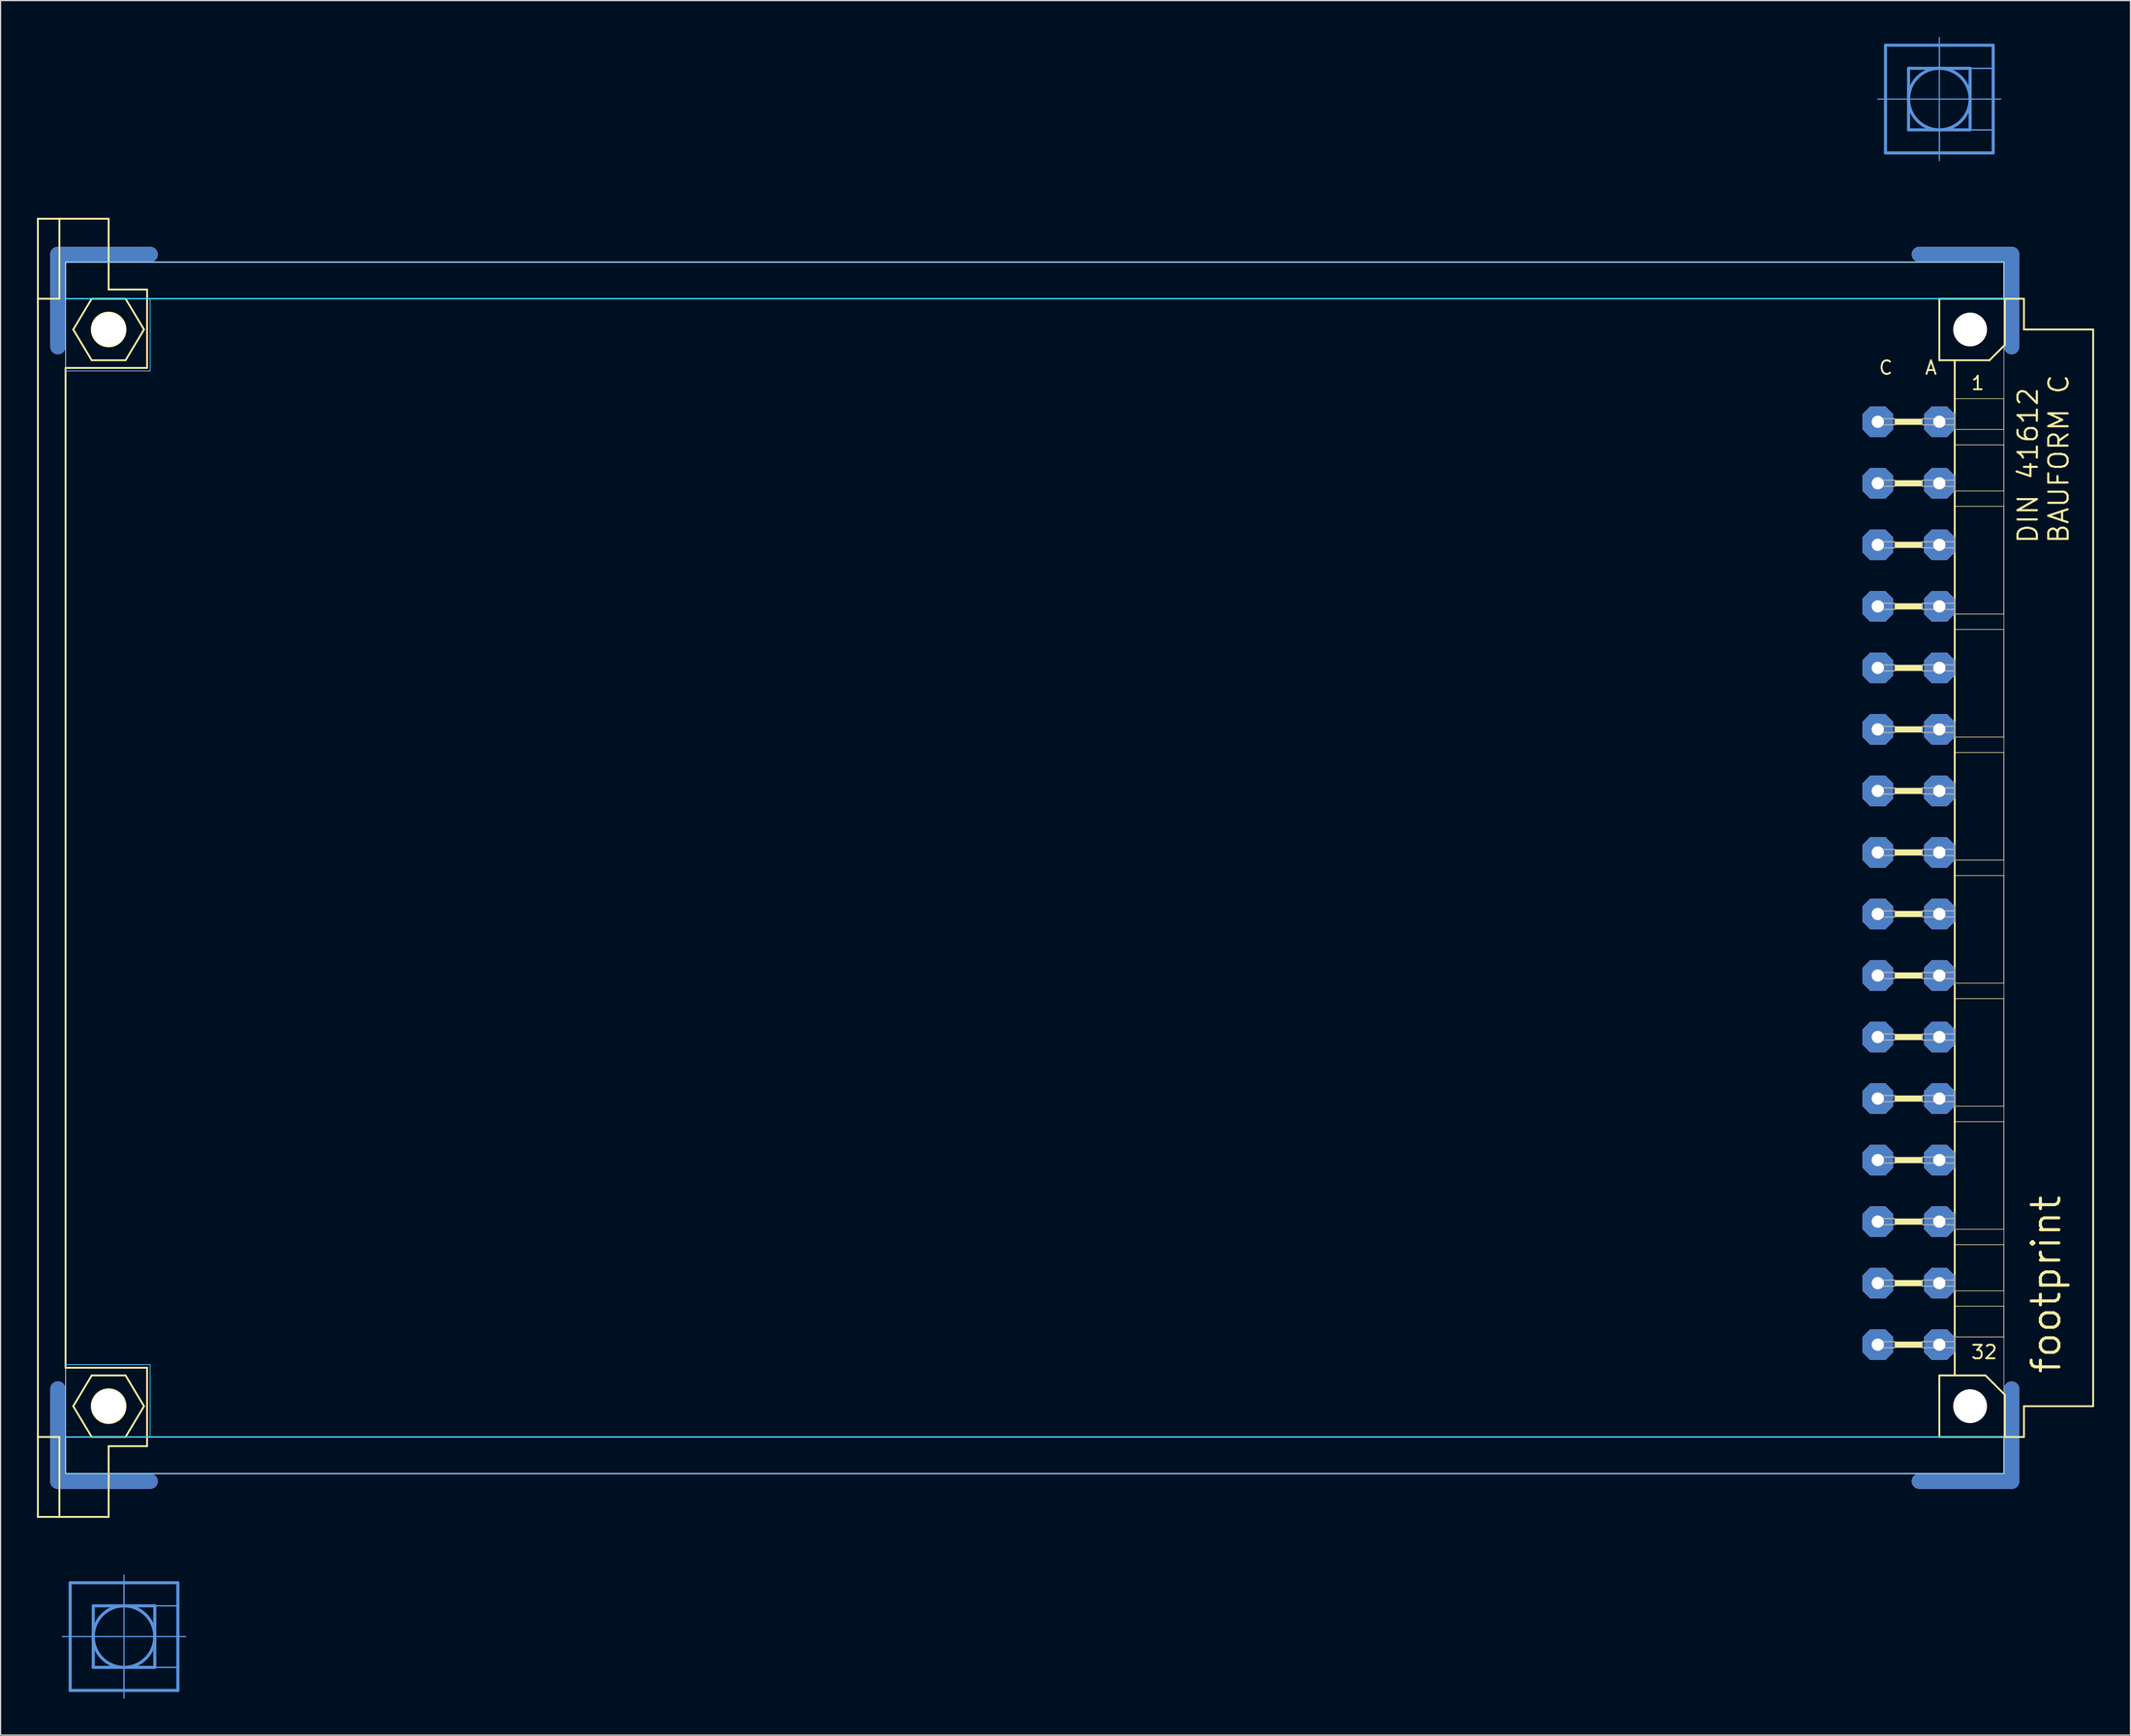
<source format=kicad_pcb>
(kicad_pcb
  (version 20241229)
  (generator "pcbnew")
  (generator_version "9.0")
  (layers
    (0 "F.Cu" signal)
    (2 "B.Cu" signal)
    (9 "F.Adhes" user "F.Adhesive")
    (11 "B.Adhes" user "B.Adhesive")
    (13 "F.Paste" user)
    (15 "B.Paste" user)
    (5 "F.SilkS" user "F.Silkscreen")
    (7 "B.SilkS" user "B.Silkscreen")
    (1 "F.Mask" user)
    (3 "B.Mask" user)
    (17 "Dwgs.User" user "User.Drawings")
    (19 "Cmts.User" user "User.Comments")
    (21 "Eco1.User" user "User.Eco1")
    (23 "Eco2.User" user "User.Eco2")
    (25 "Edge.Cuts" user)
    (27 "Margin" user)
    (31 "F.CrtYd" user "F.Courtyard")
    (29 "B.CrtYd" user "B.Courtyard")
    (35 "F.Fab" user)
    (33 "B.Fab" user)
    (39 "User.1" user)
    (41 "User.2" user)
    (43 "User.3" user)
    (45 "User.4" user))
  (footprint "footprint"
    (layer "F.Cu")
    (at 2.108 68.605)
    (property "Reference" "footprint" (at 165.1 41.91 90) (layer "F.SilkS") (effects (font (size 2.286 2.286) (thickness 0.254)) (justify left bottom)))
    (fp_line (start -0.381 -43.028) (end -0.381 -50.648) (stroke (width 1.27) (type solid)) (layer "F.Cu"))
    (fp_line (start -0.381 43.028) (end -0.381 50.648) (stroke (width 1.27) (type solid)) (layer "F.Cu"))
    (fp_line (start 7.239 -50.648) (end -0.381 -50.648) (stroke (width 1.27) (type solid)) (layer "F.Cu"))
    (fp_line (start 7.239 50.648) (end -0.381 50.648) (stroke (width 1.27) (type solid)) (layer "F.Cu"))
    (fp_line (start 153.289 -50.648) (end 160.909 -50.648) (stroke (width 1.27) (type solid)) (layer "F.Cu"))
    (fp_line (start 153.289 50.648) (end 160.909 50.648) (stroke (width 1.27) (type solid)) (layer "F.Cu"))
    (fp_line (start 160.909 -43.028) (end 160.909 -50.648) (stroke (width 1.27) (type solid)) (layer "F.Cu"))
    (fp_line (start 160.909 43.028) (end 160.909 50.648) (stroke (width 1.27) (type solid)) (layer "F.Cu"))
    (fp_line (start 0.254 -42.393) (end 0.254 -50.013) (stroke (width 0.152) (type solid)) (layer "F.Mask"))
    (fp_line (start 0.254 42.393) (end 0.254 50.013) (stroke (width 0.152) (type solid)) (layer "F.Mask"))
    (fp_line (start 7.874 -50.013) (end 0.254 -50.013) (stroke (width 0.152) (type solid)) (layer "F.Mask"))
    (fp_line (start 7.874 50.013) (end 0.254 50.013) (stroke (width 0.152) (type solid)) (layer "F.Mask"))
    (fp_line (start 152.654 -50.013) (end 160.274 -50.013) (stroke (width 0.152) (type solid)) (layer "F.Mask"))
    (fp_line (start 152.654 50.013) (end 160.274 50.013) (stroke (width 0.152) (type solid)) (layer "F.Mask"))
    (fp_line (start 160.274 -42.393) (end 160.274 -50.013) (stroke (width 0.152) (type solid)) (layer "F.Mask"))
    (fp_line (start 160.274 42.393) (end 160.274 50.013) (stroke (width 0.152) (type solid)) (layer "F.Mask"))
    (fp_line (start -0.381 -43.028) (end -0.381 -50.648) (stroke (width 1.27) (type solid)) (layer "B.Cu"))
    (fp_line (start -0.381 43.028) (end -0.381 50.648) (stroke (width 1.27) (type solid)) (layer "B.Cu"))
    (fp_line (start 7.239 -50.648) (end -0.381 -50.648) (stroke (width 1.27) (type solid)) (layer "B.Cu"))
    (fp_line (start 7.239 50.648) (end -0.381 50.648) (stroke (width 1.27) (type solid)) (layer "B.Cu"))
    (fp_line (start 153.289 -50.648) (end 160.909 -50.648) (stroke (width 1.27) (type solid)) (layer "B.Cu"))
    (fp_line (start 153.289 50.648) (end 160.909 50.648) (stroke (width 1.27) (type solid)) (layer "B.Cu"))
    (fp_line (start 160.909 -43.028) (end 160.909 -50.648) (stroke (width 1.27) (type solid)) (layer "B.Cu"))
    (fp_line (start 160.909 43.028) (end 160.909 50.648) (stroke (width 1.27) (type solid)) (layer "B.Cu"))
    (fp_line (start 0.254 -50.013) (end 7.874 -50.013) (stroke (width 0.152) (type solid)) (layer "B.Mask"))
    (fp_line (start 0.254 -42.393) (end 0.254 -50.013) (stroke (width 0.152) (type solid)) (layer "B.Mask"))
    (fp_line (start 0.254 50.013) (end 0.254 42.393) (stroke (width 0.152) (type solid)) (layer "B.Mask"))
    (fp_line (start 7.874 50.013) (end 0.254 50.013) (stroke (width 0.152) (type solid)) (layer "B.Mask"))
    (fp_line (start 152.654 -50.013) (end 160.274 -50.013) (stroke (width 0.152) (type solid)) (layer "B.Mask"))
    (fp_line (start 160.274 -50.013) (end 160.274 -42.393) (stroke (width 0.152) (type solid)) (layer "B.Mask"))
    (fp_line (start 160.274 42.393) (end 160.274 50.013) (stroke (width 0.152) (type solid)) (layer "B.Mask"))
    (fp_line (start 160.274 50.013) (end 152.654 50.013) (stroke (width 0.152) (type solid)) (layer "B.Mask"))
    (fp_line (start -2.032 -53.594) (end -0.254 -53.594) (stroke (width 0.152) (type solid)) (layer "F.SilkS"))
    (fp_line (start -2.032 -46.99) (end -2.032 -53.594) (stroke (width 0.152) (type solid)) (layer "F.SilkS"))
    (fp_line (start -2.032 -46.99) (end -0.254 -46.99) (stroke (width 0.152) (type solid)) (layer "F.SilkS"))
    (fp_line (start -2.032 46.99) (end -2.032 -46.99) (stroke (width 0.152) (type solid)) (layer "F.SilkS"))
    (fp_line (start -2.032 46.99) (end -0.254 46.99) (stroke (width 0.152) (type solid)) (layer "F.SilkS"))
    (fp_line (start -2.032 53.594) (end -2.032 46.99) (stroke (width 0.152) (type solid)) (layer "F.SilkS"))
    (fp_line (start -2.032 53.594) (end -0.254 53.594) (stroke (width 0.152) (type solid)) (layer "F.SilkS"))
    (fp_line (start -0.254 -53.594) (end -0.254 -46.99) (stroke (width 0.152) (type solid)) (layer "F.SilkS"))
    (fp_line (start -0.254 -53.594) (end 3.81 -53.594) (stroke (width 0.152) (type solid)) (layer "F.SilkS"))
    (fp_line (start -0.254 53.594) (end -0.254 46.99) (stroke (width 0.152) (type solid)) (layer "F.SilkS"))
    (fp_line (start -0.254 53.594) (end 3.81 53.594) (stroke (width 0.152) (type solid)) (layer "F.SilkS"))
    (fp_line (start 0.254 -41.275) (end 0.254 41.275) (stroke (width 0.152) (type solid)) (layer "F.SilkS"))
    (fp_line (start 0.254 -41.275) (end 6.985 -41.275) (stroke (width 0.152) (type solid)) (layer "F.SilkS"))
    (fp_line (start 0.254 41.275) (end 6.985 41.275) (stroke (width 0.152) (type solid)) (layer "F.SilkS"))
    (fp_line (start 0.889 -44.45) (end 2.413 -46.99) (stroke (width 0.152) (type solid)) (layer "F.SilkS"))
    (fp_line (start 0.889 44.45) (end 2.413 46.99) (stroke (width 0.152) (type solid)) (layer "F.SilkS"))
    (fp_line (start 2.413 -46.99) (end 5.207 -46.99) (stroke (width 0.152) (type solid)) (layer "F.SilkS"))
    (fp_line (start 2.413 -41.91) (end 0.889 -44.45) (stroke (width 0.152) (type solid)) (layer "F.SilkS"))
    (fp_line (start 2.413 41.91) (end 0.889 44.45) (stroke (width 0.152) (type solid)) (layer "F.SilkS"))
    (fp_line (start 2.413 46.99) (end 5.207 46.99) (stroke (width 0.152) (type solid)) (layer "F.SilkS"))
    (fp_line (start 3.81 -53.594) (end 3.81 -47.752) (stroke (width 0.152) (type solid)) (layer "F.SilkS"))
    (fp_line (start 3.81 -47.752) (end 6.985 -47.752) (stroke (width 0.152) (type solid)) (layer "F.SilkS"))
    (fp_line (start 3.81 47.752) (end 6.985 47.752) (stroke (width 0.152) (type solid)) (layer "F.SilkS"))
    (fp_line (start 3.81 53.594) (end 3.81 47.752) (stroke (width 0.152) (type solid)) (layer "F.SilkS"))
    (fp_line (start 5.207 -46.99) (end 6.731 -44.45) (stroke (width 0.152) (type solid)) (layer "F.SilkS"))
    (fp_line (start 5.207 -41.91) (end 2.413 -41.91) (stroke (width 0.152) (type solid)) (layer "F.SilkS"))
    (fp_line (start 5.207 41.91) (end 2.413 41.91) (stroke (width 0.152) (type solid)) (layer "F.SilkS"))
    (fp_line (start 5.207 46.99) (end 6.731 44.45) (stroke (width 0.152) (type solid)) (layer "F.SilkS"))
    (fp_line (start 6.731 -44.45) (end 5.207 -41.91) (stroke (width 0.152) (type solid)) (layer "F.SilkS"))
    (fp_line (start 6.731 44.45) (end 5.207 41.91) (stroke (width 0.152) (type solid)) (layer "F.SilkS"))
    (fp_line (start 6.985 -47.752) (end 6.985 -41.275) (stroke (width 0.152) (type solid)) (layer "F.SilkS"))
    (fp_line (start 6.985 47.752) (end 6.985 41.275) (stroke (width 0.152) (type solid)) (layer "F.SilkS"))
    (fp_line (start 154.94 -46.99) (end 154.94 -41.91) (stroke (width 0.152) (type solid)) (layer "F.SilkS"))
    (fp_line (start 154.94 -41.91) (end 156.21 -41.91) (stroke (width 0.152) (type solid)) (layer "F.SilkS"))
    (fp_line (start 154.94 41.91) (end 154.94 46.99) (stroke (width 0.152) (type solid)) (layer "F.SilkS"))
    (fp_line (start 154.94 41.91) (end 156.21 41.91) (stroke (width 0.152) (type solid)) (layer "F.SilkS"))
    (fp_line (start 154.94 46.99) (end 160.35 46.99) (stroke (width 0.152) (type solid)) (layer "F.SilkS"))
    (fp_line (start 156.21 -41.91) (end 156.21 -38.735) (stroke (width 0.152) (type solid)) (layer "F.SilkS"))
    (fp_line (start 156.21 -41.91) (end 159.08 -41.91) (stroke (width 0.152) (type solid)) (layer "F.SilkS"))
    (fp_line (start 156.21 -38.735) (end 156.21 -37.465) (stroke (width 0.152) (type solid)) (layer "F.SilkS"))
    (fp_line (start 156.21 -36.195) (end 156.21 -34.925) (stroke (width 0.152) (type solid)) (layer "F.SilkS"))
    (fp_line (start 156.21 -32.385) (end 156.21 -34.925) (stroke (width 0.152) (type solid)) (layer "F.SilkS"))
    (fp_line (start 156.21 -31.115) (end 156.21 -29.845) (stroke (width 0.152) (type solid)) (layer "F.SilkS"))
    (fp_line (start 156.21 -27.305) (end 156.21 -29.845) (stroke (width 0.152) (type solid)) (layer "F.SilkS"))
    (fp_line (start 156.21 -22.225) (end 156.21 -26.035) (stroke (width 0.152) (type solid)) (layer "F.SilkS"))
    (fp_line (start 156.21 -20.955) (end 156.21 -19.685) (stroke (width 0.152) (type solid)) (layer "F.SilkS"))
    (fp_line (start 156.21 -17.145) (end 156.21 -19.685) (stroke (width 0.152) (type solid)) (layer "F.SilkS"))
    (fp_line (start 156.21 -12.065) (end 156.21 -15.875) (stroke (width 0.152) (type solid)) (layer "F.SilkS"))
    (fp_line (start 156.21 -10.795) (end 156.21 -9.525) (stroke (width 0.152) (type solid)) (layer "F.SilkS"))
    (fp_line (start 156.21 -6.985) (end 156.21 -9.525) (stroke (width 0.152) (type solid)) (layer "F.SilkS"))
    (fp_line (start 156.21 -1.905) (end 156.21 -5.715) (stroke (width 0.152) (type solid)) (layer "F.SilkS"))
    (fp_line (start 156.21 -0.635) (end 156.21 0.635) (stroke (width 0.152) (type solid)) (layer "F.SilkS"))
    (fp_line (start 156.21 3.175) (end 156.21 0.635) (stroke (width 0.152) (type solid)) (layer "F.SilkS"))
    (fp_line (start 156.21 8.255) (end 156.21 4.445) (stroke (width 0.152) (type solid)) (layer "F.SilkS"))
    (fp_line (start 156.21 9.525) (end 156.21 10.795) (stroke (width 0.152) (type solid)) (layer "F.SilkS"))
    (fp_line (start 156.21 13.335) (end 156.21 10.795) (stroke (width 0.152) (type solid)) (layer "F.SilkS"))
    (fp_line (start 156.21 18.415) (end 156.21 14.605) (stroke (width 0.152) (type solid)) (layer "F.SilkS"))
    (fp_line (start 156.21 19.685) (end 156.21 20.955) (stroke (width 0.152) (type solid)) (layer "F.SilkS"))
    (fp_line (start 156.21 23.495) (end 156.21 20.955) (stroke (width 0.152) (type solid)) (layer "F.SilkS"))
    (fp_line (start 156.21 28.575) (end 156.21 24.765) (stroke (width 0.152) (type solid)) (layer "F.SilkS"))
    (fp_line (start 156.21 29.845) (end 156.21 31.115) (stroke (width 0.152) (type solid)) (layer "F.SilkS"))
    (fp_line (start 156.21 33.655) (end 156.21 31.115) (stroke (width 0.152) (type solid)) (layer "F.SilkS"))
    (fp_line (start 156.21 34.925) (end 156.21 36.195) (stroke (width 0.152) (type solid)) (layer "F.SilkS"))
    (fp_line (start 156.21 36.195) (end 156.21 38.735) (stroke (width 0.152) (type solid)) (layer "F.SilkS"))
    (fp_line (start 156.21 40.005) (end 156.21 41.91) (stroke (width 0.152) (type solid)) (layer "F.SilkS"))
    (fp_line (start 156.21 41.91) (end 158.75 41.91) (stroke (width 0.152) (type solid)) (layer "F.SilkS"))
    (fp_line (start 159.08 -41.91) (end 160.35 -43.18) (stroke (width 0.152) (type solid)) (layer "F.SilkS"))
    (fp_line (start 160.274 -38.735) (end 156.21 -38.735) (stroke (width 0.051) (type solid)) (layer "F.SilkS"))
    (fp_line (start 160.274 -38.735) (end 160.274 -36.195) (stroke (width 0.051) (type solid)) (layer "F.SilkS"))
    (fp_line (start 160.274 -36.195) (end 156.21 -36.195) (stroke (width 0.051) (type solid)) (layer "F.SilkS"))
    (fp_line (start 160.274 -34.925) (end 156.21 -34.925) (stroke (width 0.051) (type solid)) (layer "F.SilkS"))
    (fp_line (start 160.274 -34.925) (end 160.274 -31.115) (stroke (width 0.051) (type solid)) (layer "F.SilkS"))
    (fp_line (start 160.274 -31.115) (end 156.21 -31.115) (stroke (width 0.051) (type solid)) (layer "F.SilkS"))
    (fp_line (start 160.274 -29.845) (end 156.21 -29.845) (stroke (width 0.051) (type solid)) (layer "F.SilkS"))
    (fp_line (start 160.274 -29.845) (end 160.274 -20.955) (stroke (width 0.051) (type solid)) (layer "F.SilkS"))
    (fp_line (start 160.274 -20.955) (end 156.21 -20.955) (stroke (width 0.051) (type solid)) (layer "F.SilkS"))
    (fp_line (start 160.274 -19.685) (end 156.21 -19.685) (stroke (width 0.051) (type solid)) (layer "F.SilkS"))
    (fp_line (start 160.274 -19.685) (end 160.274 -10.795) (stroke (width 0.051) (type solid)) (layer "F.SilkS"))
    (fp_line (start 160.274 -10.795) (end 156.21 -10.795) (stroke (width 0.051) (type solid)) (layer "F.SilkS"))
    (fp_line (start 160.274 -9.525) (end 156.21 -9.525) (stroke (width 0.051) (type solid)) (layer "F.SilkS"))
    (fp_line (start 160.274 -9.525) (end 160.274 -0.635) (stroke (width 0.051) (type solid)) (layer "F.SilkS"))
    (fp_line (start 160.274 -0.635) (end 156.21 -0.635) (stroke (width 0.051) (type solid)) (layer "F.SilkS"))
    (fp_line (start 160.274 0.635) (end 156.21 0.635) (stroke (width 0.051) (type solid)) (layer "F.SilkS"))
    (fp_line (start 160.274 0.635) (end 160.274 9.525) (stroke (width 0.051) (type solid)) (layer "F.SilkS"))
    (fp_line (start 160.274 9.525) (end 156.21 9.525) (stroke (width 0.051) (type solid)) (layer "F.SilkS"))
    (fp_line (start 160.274 10.795) (end 156.21 10.795) (stroke (width 0.051) (type solid)) (layer "F.SilkS"))
    (fp_line (start 160.274 10.795) (end 160.274 19.685) (stroke (width 0.051) (type solid)) (layer "F.SilkS"))
    (fp_line (start 160.274 19.685) (end 156.21 19.685) (stroke (width 0.051) (type solid)) (layer "F.SilkS"))
    (fp_line (start 160.274 20.955) (end 156.21 20.955) (stroke (width 0.051) (type solid)) (layer "F.SilkS"))
    (fp_line (start 160.274 20.955) (end 160.274 29.845) (stroke (width 0.051) (type solid)) (layer "F.SilkS"))
    (fp_line (start 160.274 29.845) (end 156.21 29.845) (stroke (width 0.051) (type solid)) (layer "F.SilkS"))
    (fp_line (start 160.274 31.115) (end 156.21 31.115) (stroke (width 0.051) (type solid)) (layer "F.SilkS"))
    (fp_line (start 160.274 31.115) (end 160.274 34.925) (stroke (width 0.051) (type solid)) (layer "F.SilkS"))
    (fp_line (start 160.274 34.925) (end 156.21 34.925) (stroke (width 0.051) (type solid)) (layer "F.SilkS"))
    (fp_line (start 160.274 36.195) (end 156.21 36.195) (stroke (width 0.051) (type solid)) (layer "F.SilkS"))
    (fp_line (start 160.274 36.195) (end 160.274 38.735) (stroke (width 0.051) (type solid)) (layer "F.SilkS"))
    (fp_line (start 160.274 38.735) (end 156.21 38.735) (stroke (width 0.051) (type solid)) (layer "F.SilkS"))
    (fp_line (start 160.35 -46.99) (end 154.94 -46.99) (stroke (width 0.152) (type solid)) (layer "F.SilkS"))
    (fp_line (start 160.35 -43.18) (end 160.35 -46.99) (stroke (width 0.152) (type solid)) (layer "F.SilkS"))
    (fp_line (start 160.35 43.51) (end 158.75 41.91) (stroke (width 0.152) (type solid)) (layer "F.SilkS"))
    (fp_line (start 160.35 43.51) (end 160.35 46.99) (stroke (width 0.152) (type solid)) (layer "F.SilkS"))
    (fp_line (start 160.35 46.99) (end 161.925 46.99) (stroke (width 0.152) (type solid)) (layer "F.SilkS"))
    (fp_line (start 161.925 -46.99) (end 160.35 -46.99) (stroke (width 0.152) (type solid)) (layer "F.SilkS"))
    (fp_line (start 161.925 -44.45) (end 161.925 -46.99) (stroke (width 0.152) (type solid)) (layer "F.SilkS"))
    (fp_line (start 161.925 44.45) (end 167.64 44.45) (stroke (width 0.152) (type solid)) (layer "F.SilkS"))
    (fp_line (start 161.925 46.99) (end 161.925 44.45) (stroke (width 0.152) (type solid)) (layer "F.SilkS"))
    (fp_line (start 167.64 -44.45) (end 161.925 -44.45) (stroke (width 0.152) (type solid)) (layer "F.SilkS"))
    (fp_line (start 167.64 44.45) (end 167.64 -44.45) (stroke (width 0.152) (type solid)) (layer "F.SilkS"))
    (fp_circle (center 3.81 -44.45) (end 5.207 -44.45) (stroke (width 0.152) (type solid)) (fill no) (layer "F.SilkS"))
    (fp_circle (center 3.81 44.45) (end 5.207 44.45) (stroke (width 0.152) (type solid)) (fill no) (layer "F.SilkS"))
    (fp_circle (center 157.48 -44.45) (end 158.75 -44.45) (stroke (width 0.152) (type solid)) (fill no) (layer "F.SilkS"))
    (fp_circle (center 157.48 44.45) (end 158.75 44.45) (stroke (width 0.152) (type solid)) (fill no) (layer "F.SilkS"))
    (fp_poly (pts (xy 151.257 -36.576) (xy 153.543 -36.576) (xy 153.543 -37.084) (xy 151.257 -37.084)) (stroke (width 0) (type solid)) (fill yes) (layer "F.SilkS"))
    (fp_poly (pts (xy 151.257 -31.496) (xy 153.543 -31.496) (xy 153.543 -32.004) (xy 151.257 -32.004)) (stroke (width 0) (type solid)) (fill yes) (layer "F.SilkS"))
    (fp_poly (pts (xy 151.257 -26.416) (xy 153.543 -26.416) (xy 153.543 -26.924) (xy 151.257 -26.924)) (stroke (width 0) (type solid)) (fill yes) (layer "F.SilkS"))
    (fp_poly (pts (xy 151.257 -21.336) (xy 153.543 -21.336) (xy 153.543 -21.844) (xy 151.257 -21.844)) (stroke (width 0) (type solid)) (fill yes) (layer "F.SilkS"))
    (fp_poly (pts (xy 151.257 -16.256) (xy 153.543 -16.256) (xy 153.543 -16.764) (xy 151.257 -16.764)) (stroke (width 0) (type solid)) (fill yes) (layer "F.SilkS"))
    (fp_poly (pts (xy 151.257 -11.176) (xy 153.543 -11.176) (xy 153.543 -11.684) (xy 151.257 -11.684)) (stroke (width 0) (type solid)) (fill yes) (layer "F.SilkS"))
    (fp_poly (pts (xy 151.257 -6.096) (xy 153.543 -6.096) (xy 153.543 -6.604) (xy 151.257 -6.604)) (stroke (width 0) (type solid)) (fill yes) (layer "F.SilkS"))
    (fp_poly (pts (xy 151.257 -1.016) (xy 153.543 -1.016) (xy 153.543 -1.524) (xy 151.257 -1.524)) (stroke (width 0) (type solid)) (fill yes) (layer "F.SilkS"))
    (fp_poly (pts (xy 151.257 4.064) (xy 153.543 4.064) (xy 153.543 3.556) (xy 151.257 3.556)) (stroke (width 0) (type solid)) (fill yes) (layer "F.SilkS"))
    (fp_poly (pts (xy 151.257 9.144) (xy 153.543 9.144) (xy 153.543 8.636) (xy 151.257 8.636)) (stroke (width 0) (type solid)) (fill yes) (layer "F.SilkS"))
    (fp_poly (pts (xy 151.257 14.224) (xy 153.543 14.224) (xy 153.543 13.716) (xy 151.257 13.716)) (stroke (width 0) (type solid)) (fill yes) (layer "F.SilkS"))
    (fp_poly (pts (xy 151.257 19.304) (xy 153.543 19.304) (xy 153.543 18.796) (xy 151.257 18.796)) (stroke (width 0) (type solid)) (fill yes) (layer "F.SilkS"))
    (fp_poly (pts (xy 151.257 24.384) (xy 153.543 24.384) (xy 153.543 23.876) (xy 151.257 23.876)) (stroke (width 0) (type solid)) (fill yes) (layer "F.SilkS"))
    (fp_poly (pts (xy 151.257 29.464) (xy 153.543 29.464) (xy 153.543 28.956) (xy 151.257 28.956)) (stroke (width 0) (type solid)) (fill yes) (layer "F.SilkS"))
    (fp_poly (pts (xy 151.257 34.544) (xy 153.543 34.544) (xy 153.543 34.036) (xy 151.257 34.036)) (stroke (width 0) (type solid)) (fill yes) (layer "F.SilkS"))
    (fp_poly (pts (xy 151.257 39.624) (xy 153.543 39.624) (xy 153.543 39.116) (xy 151.257 39.116)) (stroke (width 0) (type solid)) (fill yes) (layer "F.SilkS"))
    (fp_line (start 0 63.475) (end 0.635 63.475) (stroke (width 0.102) (type solid)) (layer "Cmts.User"))
    (fp_line (start 0.635 59.03) (end 9.525 59.03) (stroke (width 0.254) (type solid)) (layer "Cmts.User"))
    (fp_line (start 0.635 63.475) (end 0.635 59.03) (stroke (width 0.254) (type solid)) (layer "Cmts.User"))
    (fp_line (start 0.635 63.475) (end 10.16 63.475) (stroke (width 0.102) (type solid)) (layer "Cmts.User"))
    (fp_line (start 0.635 67.92) (end 0.635 63.475) (stroke (width 0.254) (type solid)) (layer "Cmts.User"))
    (fp_line (start 2.54 60.935) (end 2.54 66.015) (stroke (width 0.254) (type solid)) (layer "Cmts.User"))
    (fp_line (start 2.54 66.015) (end 7.62 66.015) (stroke (width 0.254) (type solid)) (layer "Cmts.User"))
    (fp_line (start 5.08 68.555) (end 5.08 58.395) (stroke (width 0.102) (type solid)) (layer "Cmts.User"))
    (fp_line (start 7.62 60.935) (end 2.54 60.935) (stroke (width 0.254) (type solid)) (layer "Cmts.User"))
    (fp_line (start 7.62 66.015) (end 7.62 60.935) (stroke (width 0.254) (type solid)) (layer "Cmts.User"))
    (fp_line (start 9.525 59.03) (end 9.525 67.92) (stroke (width 0.254) (type solid)) (layer "Cmts.User"))
    (fp_line (start 9.525 67.92) (end 0.635 67.92) (stroke (width 0.254) (type solid)) (layer "Cmts.User"))
    (fp_line (start 149.86 -63.475) (end 150.495 -63.475) (stroke (width 0.102) (type solid)) (layer "Cmts.User"))
    (fp_line (start 150.495 -67.92) (end 159.385 -67.92) (stroke (width 0.254) (type solid)) (layer "Cmts.User"))
    (fp_line (start 150.495 -63.475) (end 150.495 -67.92) (stroke (width 0.254) (type solid)) (layer "Cmts.User"))
    (fp_line (start 150.495 -63.475) (end 160.02 -63.475) (stroke (width 0.102) (type solid)) (layer "Cmts.User"))
    (fp_line (start 150.495 -59.03) (end 150.495 -63.475) (stroke (width 0.254) (type solid)) (layer "Cmts.User"))
    (fp_line (start 152.4 -66.015) (end 152.4 -60.935) (stroke (width 0.254) (type solid)) (layer "Cmts.User"))
    (fp_line (start 152.4 -60.935) (end 157.48 -60.935) (stroke (width 0.254) (type solid)) (layer "Cmts.User"))
    (fp_line (start 154.94 -58.395) (end 154.94 -68.555) (stroke (width 0.102) (type solid)) (layer "Cmts.User"))
    (fp_line (start 157.48 -66.015) (end 152.4 -66.015) (stroke (width 0.254) (type solid)) (layer "Cmts.User"))
    (fp_line (start 157.48 -60.935) (end 157.48 -66.015) (stroke (width 0.254) (type solid)) (layer "Cmts.User"))
    (fp_line (start 159.385 -67.92) (end 159.385 -59.03) (stroke (width 0.254) (type solid)) (layer "Cmts.User"))
    (fp_line (start 159.385 -59.03) (end 150.495 -59.03) (stroke (width 0.254) (type solid)) (layer "Cmts.User"))
    (fp_circle (center 5.08 63.475) (end 7.62 63.475) (stroke (width 0.254) (type solid)) (fill no) (layer "Cmts.User"))
    (fp_circle (center 154.94 -63.475) (end 157.48 -63.475) (stroke (width 0.254) (type solid)) (fill no) (layer "Cmts.User"))
    (fp_poly (pts (xy 5.08 60.935) (xy 9.525 60.935) (xy 9.525 59.03) (xy 5.08 59.03)) (stroke (width 0.1) (type solid)) (fill no) (layer "Cmts.User"))
    (fp_poly (pts (xy 5.08 67.92) (xy 9.525 67.92) (xy 9.525 66.015) (xy 5.08 66.015)) (stroke (width 0.1) (type solid)) (fill no) (layer "Cmts.User"))
    (fp_poly (pts (xy 7.62 66.015) (xy 9.525 66.015) (xy 9.525 60.935) (xy 7.62 60.935)) (stroke (width 0.1) (type solid)) (fill no) (layer "Cmts.User"))
    (fp_poly (pts (xy 154.94 -66.015) (xy 159.385 -66.015) (xy 159.385 -67.92) (xy 154.94 -67.92)) (stroke (width 0.1) (type solid)) (fill no) (layer "Cmts.User"))
    (fp_poly (pts (xy 154.94 -59.03) (xy 159.385 -59.03) (xy 159.385 -60.935) (xy 154.94 -60.935)) (stroke (width 0.1) (type solid)) (fill no) (layer "Cmts.User"))
    (fp_poly (pts (xy 157.48 -60.935) (xy 159.385 -60.935) (xy 159.385 -66.015) (xy 157.48 -66.015)) (stroke (width 0.1) (type solid)) (fill no) (layer "Cmts.User"))
    (fp_line (start 0.254 -50.013) (end 0.254 50.013) (stroke (width 0.05) (type solid)) (layer "Edge.Cuts"))
    (fp_line (start 0.254 50.013) (end 160.274 50.013) (stroke (width 0.05) (type solid)) (layer "Edge.Cuts"))
    (fp_line (start 160.274 -50.013) (end 0.254 -50.013) (stroke (width 0.05) (type solid)) (layer "Edge.Cuts"))
    (fp_line (start 160.274 50.013) (end 160.274 -50.013) (stroke (width 0.05) (type solid)) (layer "Edge.Cuts"))
    (fp_line (start 0.254 -41.021) (end 0.254 -50.013) (stroke (width 0.051) (type solid)) (layer "B.CrtYd"))
    (fp_line (start 0.254 -41.021) (end 7.239 -41.021) (stroke (width 0.051) (type solid)) (layer "B.CrtYd"))
    (fp_line (start 0.254 41.021) (end 0.254 50.013) (stroke (width 0.051) (type solid)) (layer "B.CrtYd"))
    (fp_line (start 0.254 41.021) (end 7.239 41.021) (stroke (width 0.051) (type solid)) (layer "B.CrtYd"))
    (fp_line (start 7.239 -46.99) (end 7.239 -41.021) (stroke (width 0.051) (type solid)) (layer "B.CrtYd"))
    (fp_line (start 7.239 46.99) (end 7.239 41.021) (stroke (width 0.051) (type solid)) (layer "B.CrtYd"))
    (fp_line (start 160.274 -50.013) (end 160.274 -46.99) (stroke (width 0.051) (type solid)) (layer "B.CrtYd"))
    (fp_line (start 160.274 50.013) (end 160.274 46.99) (stroke (width 0.051) (type solid)) (layer "B.CrtYd"))
    (fp_poly (pts (xy 0.254 -46.99) (xy 160.274 -46.99) (xy 160.274 -50.013) (xy 0.254 -50.013)) (stroke (width 0.1) (type solid)) (fill no) (layer "B.CrtYd"))
    (fp_poly (pts (xy 0.254 50.013) (xy 160.274 50.013) (xy 160.274 46.99) (xy 0.254 46.99)) (stroke (width 0.1) (type solid)) (fill no) (layer "B.CrtYd"))
    (fp_line (start 0.254 -41.021) (end 0.254 -50.013) (stroke (width 0.051) (type solid)) (layer "F.CrtYd"))
    (fp_line (start 0.254 -41.021) (end 7.239 -41.021) (stroke (width 0.051) (type solid)) (layer "F.CrtYd"))
    (fp_line (start 0.254 41.021) (end 0.254 50.013) (stroke (width 0.051) (type solid)) (layer "F.CrtYd"))
    (fp_line (start 0.254 41.021) (end 7.239 41.021) (stroke (width 0.051) (type solid)) (layer "F.CrtYd"))
    (fp_line (start 7.239 -46.99) (end 7.239 -41.021) (stroke (width 0.051) (type solid)) (layer "F.CrtYd"))
    (fp_line (start 7.239 46.99) (end 7.239 41.021) (stroke (width 0.051) (type solid)) (layer "F.CrtYd"))
    (fp_line (start 160.274 -50.013) (end 160.274 -46.99) (stroke (width 0.051) (type solid)) (layer "F.CrtYd"))
    (fp_line (start 160.274 50.013) (end 160.274 46.99) (stroke (width 0.051) (type solid)) (layer "F.CrtYd"))
    (fp_poly (pts (xy 0.254 -46.99) (xy 160.274 -46.99) (xy 160.274 -50.013) (xy 0.254 -50.013)) (stroke (width 0.1) (type solid)) (fill no) (layer "F.CrtYd"))
    (fp_poly (pts (xy 0.254 50.013) (xy 160.274 50.013) (xy 160.274 46.99) (xy 0.254 46.99)) (stroke (width 0.1) (type solid)) (fill no) (layer "F.CrtYd"))
    (fp_line (start 156.21 -36.195) (end 156.21 -37.465) (stroke (width 0.152) (type solid)) (layer "F.Fab"))
    (fp_line (start 156.21 -31.115) (end 156.21 -32.385) (stroke (width 0.152) (type solid)) (layer "F.Fab"))
    (fp_line (start 156.21 -26.035) (end 156.21 -27.305) (stroke (width 0.152) (type solid)) (layer "F.Fab"))
    (fp_line (start 156.21 -20.955) (end 156.21 -22.225) (stroke (width 0.152) (type solid)) (layer "F.Fab"))
    (fp_line (start 156.21 -15.875) (end 156.21 -17.145) (stroke (width 0.152) (type solid)) (layer "F.Fab"))
    (fp_line (start 156.21 -10.795) (end 156.21 -12.065) (stroke (width 0.152) (type solid)) (layer "F.Fab"))
    (fp_line (start 156.21 -5.715) (end 156.21 -6.985) (stroke (width 0.152) (type solid)) (layer "F.Fab"))
    (fp_line (start 156.21 -0.635) (end 156.21 -1.905) (stroke (width 0.152) (type solid)) (layer "F.Fab"))
    (fp_line (start 156.21 4.445) (end 156.21 3.175) (stroke (width 0.152) (type solid)) (layer "F.Fab"))
    (fp_line (start 156.21 9.525) (end 156.21 8.255) (stroke (width 0.152) (type solid)) (layer "F.Fab"))
    (fp_line (start 156.21 14.605) (end 156.21 13.335) (stroke (width 0.152) (type solid)) (layer "F.Fab"))
    (fp_line (start 156.21 19.685) (end 156.21 18.415) (stroke (width 0.152) (type solid)) (layer "F.Fab"))
    (fp_line (start 156.21 24.765) (end 156.21 23.495) (stroke (width 0.152) (type solid)) (layer "F.Fab"))
    (fp_line (start 156.21 29.845) (end 156.21 28.575) (stroke (width 0.152) (type solid)) (layer "F.Fab"))
    (fp_line (start 156.21 34.925) (end 156.21 33.655) (stroke (width 0.152) (type solid)) (layer "F.Fab"))
    (fp_line (start 156.21 40.005) (end 156.21 38.735) (stroke (width 0.152) (type solid)) (layer "F.Fab"))
    (fp_poly (pts (xy 149.606 -36.576) (xy 151.257 -36.576) (xy 151.257 -37.084) (xy 149.606 -37.084)) (stroke (width 0.1) (type solid)) (fill no) (layer "F.Fab"))
    (fp_poly (pts (xy 149.606 -31.496) (xy 151.257 -31.496) (xy 151.257 -32.004) (xy 149.606 -32.004)) (stroke (width 0.1) (type solid)) (fill no) (layer "F.Fab"))
    (fp_poly (pts (xy 149.606 -26.416) (xy 151.257 -26.416) (xy 151.257 -26.924) (xy 149.606 -26.924)) (stroke (width 0.1) (type solid)) (fill no) (layer "F.Fab"))
    (fp_poly (pts (xy 149.606 -21.336) (xy 151.257 -21.336) (xy 151.257 -21.844) (xy 149.606 -21.844)) (stroke (width 0.1) (type solid)) (fill no) (layer "F.Fab"))
    (fp_poly (pts (xy 149.606 -16.256) (xy 151.257 -16.256) (xy 151.257 -16.764) (xy 149.606 -16.764)) (stroke (width 0.1) (type solid)) (fill no) (layer "F.Fab"))
    (fp_poly (pts (xy 149.606 -11.176) (xy 151.257 -11.176) (xy 151.257 -11.684) (xy 149.606 -11.684)) (stroke (width 0.1) (type solid)) (fill no) (layer "F.Fab"))
    (fp_poly (pts (xy 149.606 -6.096) (xy 151.257 -6.096) (xy 151.257 -6.604) (xy 149.606 -6.604)) (stroke (width 0.1) (type solid)) (fill no) (layer "F.Fab"))
    (fp_poly (pts (xy 149.606 -1.016) (xy 151.257 -1.016) (xy 151.257 -1.524) (xy 149.606 -1.524)) (stroke (width 0.1) (type solid)) (fill no) (layer "F.Fab"))
    (fp_poly (pts (xy 149.606 4.064) (xy 151.257 4.064) (xy 151.257 3.556) (xy 149.606 3.556)) (stroke (width 0.1) (type solid)) (fill no) (layer "F.Fab"))
    (fp_poly (pts (xy 149.606 9.144) (xy 151.257 9.144) (xy 151.257 8.636) (xy 149.606 8.636)) (stroke (width 0.1) (type solid)) (fill no) (layer "F.Fab"))
    (fp_poly (pts (xy 149.606 14.224) (xy 151.257 14.224) (xy 151.257 13.716) (xy 149.606 13.716)) (stroke (width 0.1) (type solid)) (fill no) (layer "F.Fab"))
    (fp_poly (pts (xy 149.606 19.304) (xy 151.257 19.304) (xy 151.257 18.796) (xy 149.606 18.796)) (stroke (width 0.1) (type solid)) (fill no) (layer "F.Fab"))
    (fp_poly (pts (xy 149.606 24.384) (xy 151.257 24.384) (xy 151.257 23.876) (xy 149.606 23.876)) (stroke (width 0.1) (type solid)) (fill no) (layer "F.Fab"))
    (fp_poly (pts (xy 149.606 29.464) (xy 151.257 29.464) (xy 151.257 28.956) (xy 149.606 28.956)) (stroke (width 0.1) (type solid)) (fill no) (layer "F.Fab"))
    (fp_poly (pts (xy 149.606 34.544) (xy 151.257 34.544) (xy 151.257 34.036) (xy 149.606 34.036)) (stroke (width 0.1) (type solid)) (fill no) (layer "F.Fab"))
    (fp_poly (pts (xy 149.606 39.624) (xy 151.257 39.624) (xy 151.257 39.116) (xy 149.606 39.116)) (stroke (width 0.1) (type solid)) (fill no) (layer "F.Fab"))
    (fp_poly (pts (xy 153.543 -36.576) (xy 156.21 -36.576) (xy 156.21 -37.084) (xy 153.543 -37.084)) (stroke (width 0.1) (type solid)) (fill no) (layer "F.Fab"))
    (fp_poly (pts (xy 153.543 -31.496) (xy 156.21 -31.496) (xy 156.21 -32.004) (xy 153.543 -32.004)) (stroke (width 0.1) (type solid)) (fill no) (layer "F.Fab"))
    (fp_poly (pts (xy 153.543 -26.416) (xy 156.21 -26.416) (xy 156.21 -26.924) (xy 153.543 -26.924)) (stroke (width 0.1) (type solid)) (fill no) (layer "F.Fab"))
    (fp_poly (pts (xy 153.543 -21.336) (xy 156.21 -21.336) (xy 156.21 -21.844) (xy 153.543 -21.844)) (stroke (width 0.1) (type solid)) (fill no) (layer "F.Fab"))
    (fp_poly (pts (xy 153.543 -16.256) (xy 156.21 -16.256) (xy 156.21 -16.764) (xy 153.543 -16.764)) (stroke (width 0.1) (type solid)) (fill no) (layer "F.Fab"))
    (fp_poly (pts (xy 153.543 -11.176) (xy 156.21 -11.176) (xy 156.21 -11.684) (xy 153.543 -11.684)) (stroke (width 0.1) (type solid)) (fill no) (layer "F.Fab"))
    (fp_poly (pts (xy 153.543 -6.096) (xy 156.21 -6.096) (xy 156.21 -6.604) (xy 153.543 -6.604)) (stroke (width 0.1) (type solid)) (fill no) (layer "F.Fab"))
    (fp_poly (pts (xy 153.543 -1.016) (xy 156.21 -1.016) (xy 156.21 -1.524) (xy 153.543 -1.524)) (stroke (width 0.1) (type solid)) (fill no) (layer "F.Fab"))
    (fp_poly (pts (xy 153.543 4.064) (xy 156.21 4.064) (xy 156.21 3.556) (xy 153.543 3.556)) (stroke (width 0.1) (type solid)) (fill no) (layer "F.Fab"))
    (fp_poly (pts (xy 153.543 9.144) (xy 156.21 9.144) (xy 156.21 8.636) (xy 153.543 8.636)) (stroke (width 0.1) (type solid)) (fill no) (layer "F.Fab"))
    (fp_poly (pts (xy 153.543 14.224) (xy 156.21 14.224) (xy 156.21 13.716) (xy 153.543 13.716)) (stroke (width 0.1) (type solid)) (fill no) (layer "F.Fab"))
    (fp_poly (pts (xy 153.543 19.304) (xy 156.21 19.304) (xy 156.21 18.796) (xy 153.543 18.796)) (stroke (width 0.1) (type solid)) (fill no) (layer "F.Fab"))
    (fp_poly (pts (xy 153.543 24.384) (xy 156.21 24.384) (xy 156.21 23.876) (xy 153.543 23.876)) (stroke (width 0.1) (type solid)) (fill no) (layer "F.Fab"))
    (fp_poly (pts (xy 153.543 29.464) (xy 156.21 29.464) (xy 156.21 28.956) (xy 153.543 28.956)) (stroke (width 0.1) (type solid)) (fill no) (layer "F.Fab"))
    (fp_poly (pts (xy 153.543 34.544) (xy 156.21 34.544) (xy 156.21 34.036) (xy 153.543 34.036)) (stroke (width 0.1) (type solid)) (fill no) (layer "F.Fab"))
    (fp_poly (pts (xy 153.543 39.624) (xy 156.21 39.624) (xy 156.21 39.116) (xy 153.543 39.116)) (stroke (width 0.1) (type solid)) (fill no) (layer "F.Fab"))
    (fp_text user "BAUFORM C" (at 165.735 -26.67 90) (layer "F.SilkS") (effects (font (size 1.6 1.6) (thickness 0.178)) (justify left bottom)))
    (fp_text user "A" (at 153.67 -40.64 0) (layer "F.SilkS") (effects (font (size 1.118 1.118) (thickness 0.152)) (justify left bottom)))
    (fp_text user "32" (at 157.48 40.64 0) (layer "F.SilkS") (effects (font (size 1.118 1.118) (thickness 0.152)) (justify left bottom)))
    (fp_text user "C" (at 149.86 -40.64 0) (layer "F.SilkS") (effects (font (size 1.118 1.118) (thickness 0.152)) (justify left bottom)))
    (fp_text user "DIN 41612" (at 163.195 -26.67 90) (layer "F.SilkS") (effects (font (size 1.6 1.6) (thickness 0.178)) (justify left bottom)))
    (fp_text user "1" (at 157.48 -39.37 0) (layer "F.SilkS") (effects (font (size 1.118 1.118) (thickness 0.152)) (justify left bottom)))
    (pad "" np_thru_hole circle (at 3.81 -44.45) (size 2.794 2.794) (drill 2.794) (layers "*.Cu" "*.Mask"))
    (pad "" np_thru_hole circle (at 3.81 44.45) (size 2.794 2.794) (drill 2.794) (layers "*.Cu" "*.Mask"))
    (pad "" np_thru_hole circle (at 157.48 -44.45) (size 2.794 2.794) (drill 2.794) (layers "*.Cu" "*.Mask"))
    (pad "" np_thru_hole circle (at 157.48 44.45) (size 2.794 2.794) (drill 2.794) (layers "*.Cu" "*.Mask"))
    (pad "A2" thru_hole roundrect (at 154.94 -36.83) (size 2.54 2.54) (drill 1.016) (layers "*.Cu" "*.Mask") (roundrect_rratio 0.25) (chamfer_ratio 0.25) (chamfer top_left top_right bottom_left bottom_right))
    (pad "A4" thru_hole roundrect (at 154.94 -31.75) (size 2.54 2.54) (drill 1.016) (layers "*.Cu" "*.Mask") (roundrect_rratio 0.25) (chamfer_ratio 0.25) (chamfer top_left top_right bottom_left bottom_right))
    (pad "A6" thru_hole roundrect (at 154.94 -26.67) (size 2.54 2.54) (drill 1.016) (layers "*.Cu" "*.Mask") (roundrect_rratio 0.25) (chamfer_ratio 0.25) (chamfer top_left top_right bottom_left bottom_right))
    (pad "A8" thru_hole roundrect (at 154.94 -21.59) (size 2.54 2.54) (drill 1.016) (layers "*.Cu" "*.Mask") (roundrect_rratio 0.25) (chamfer_ratio 0.25) (chamfer top_left top_right bottom_left bottom_right))
    (pad "A10" thru_hole roundrect (at 154.94 -16.51) (size 2.54 2.54) (drill 1.016) (layers "*.Cu" "*.Mask") (roundrect_rratio 0.25) (chamfer_ratio 0.25) (chamfer top_left top_right bottom_left bottom_right))
    (pad "A12" thru_hole roundrect (at 154.94 -11.43) (size 2.54 2.54) (drill 1.016) (layers "*.Cu" "*.Mask") (roundrect_rratio 0.25) (chamfer_ratio 0.25) (chamfer top_left top_right bottom_left bottom_right))
    (pad "A14" thru_hole roundrect (at 154.94 -6.35) (size 2.54 2.54) (drill 1.016) (layers "*.Cu" "*.Mask") (roundrect_rratio 0.25) (chamfer_ratio 0.25) (chamfer top_left top_right bottom_left bottom_right))
    (pad "A16" thru_hole roundrect (at 154.94 -1.27) (size 2.54 2.54) (drill 1.016) (layers "*.Cu" "*.Mask") (roundrect_rratio 0.25) (chamfer_ratio 0.25) (chamfer top_left top_right bottom_left bottom_right))
    (pad "A18" thru_hole roundrect (at 154.94 3.81) (size 2.54 2.54) (drill 1.016) (layers "*.Cu" "*.Mask") (roundrect_rratio 0.25) (chamfer_ratio 0.25) (chamfer top_left top_right bottom_left bottom_right))
    (pad "A20" thru_hole roundrect (at 154.94 8.89) (size 2.54 2.54) (drill 1.016) (layers "*.Cu" "*.Mask") (roundrect_rratio 0.25) (chamfer_ratio 0.25) (chamfer top_left top_right bottom_left bottom_right))
    (pad "A22" thru_hole roundrect (at 154.94 13.97) (size 2.54 2.54) (drill 1.016) (layers "*.Cu" "*.Mask") (roundrect_rratio 0.25) (chamfer_ratio 0.25) (chamfer top_left top_right bottom_left bottom_right))
    (pad "A24" thru_hole roundrect (at 154.94 19.05) (size 2.54 2.54) (drill 1.016) (layers "*.Cu" "*.Mask") (roundrect_rratio 0.25) (chamfer_ratio 0.25) (chamfer top_left top_right bottom_left bottom_right))
    (pad "A26" thru_hole roundrect (at 154.94 24.13) (size 2.54 2.54) (drill 1.016) (layers "*.Cu" "*.Mask") (roundrect_rratio 0.25) (chamfer_ratio 0.25) (chamfer top_left top_right bottom_left bottom_right))
    (pad "A28" thru_hole roundrect (at 154.94 29.21) (size 2.54 2.54) (drill 1.016) (layers "*.Cu" "*.Mask") (roundrect_rratio 0.25) (chamfer_ratio 0.25) (chamfer top_left top_right bottom_left bottom_right))
    (pad "A30" thru_hole roundrect (at 154.94 34.29) (size 2.54 2.54) (drill 1.016) (layers "*.Cu" "*.Mask") (roundrect_rratio 0.25) (chamfer_ratio 0.25) (chamfer top_left top_right bottom_left bottom_right))
    (pad "A32" thru_hole roundrect (at 154.94 39.37) (size 2.54 2.54) (drill 1.016) (layers "*.Cu" "*.Mask") (roundrect_rratio 0.25) (chamfer_ratio 0.25) (chamfer top_left top_right bottom_left bottom_right))
    (pad "C2" thru_hole roundrect (at 149.86 -36.83) (size 2.54 2.54) (drill 1.016) (layers "*.Cu" "*.Mask") (roundrect_rratio 0.25) (chamfer_ratio 0.25) (chamfer top_left top_right bottom_left bottom_right))
    (pad "C4" thru_hole roundrect (at 149.86 -31.75) (size 2.54 2.54) (drill 1.016) (layers "*.Cu" "*.Mask") (roundrect_rratio 0.25) (chamfer_ratio 0.25) (chamfer top_left top_right bottom_left bottom_right))
    (pad "C6" thru_hole roundrect (at 149.86 -26.67) (size 2.54 2.54) (drill 1.016) (layers "*.Cu" "*.Mask") (roundrect_rratio 0.25) (chamfer_ratio 0.25) (chamfer top_left top_right bottom_left bottom_right))
    (pad "C8" thru_hole roundrect (at 149.86 -21.59) (size 2.54 2.54) (drill 1.016) (layers "*.Cu" "*.Mask") (roundrect_rratio 0.25) (chamfer_ratio 0.25) (chamfer top_left top_right bottom_left bottom_right))
    (pad "C10" thru_hole roundrect (at 149.86 -16.51) (size 2.54 2.54) (drill 1.016) (layers "*.Cu" "*.Mask") (roundrect_rratio 0.25) (chamfer_ratio 0.25) (chamfer top_left top_right bottom_left bottom_right))
    (pad "C12" thru_hole roundrect (at 149.86 -11.43) (size 2.54 2.54) (drill 1.016) (layers "*.Cu" "*.Mask") (roundrect_rratio 0.25) (chamfer_ratio 0.25) (chamfer top_left top_right bottom_left bottom_right))
    (pad "C14" thru_hole roundrect (at 149.86 -6.35) (size 2.54 2.54) (drill 1.016) (layers "*.Cu" "*.Mask") (roundrect_rratio 0.25) (chamfer_ratio 0.25) (chamfer top_left top_right bottom_left bottom_right))
    (pad "C16" thru_hole roundrect (at 149.86 -1.27) (size 2.54 2.54) (drill 1.016) (layers "*.Cu" "*.Mask") (roundrect_rratio 0.25) (chamfer_ratio 0.25) (chamfer top_left top_right bottom_left bottom_right))
    (pad "C18" thru_hole roundrect (at 149.86 3.81) (size 2.54 2.54) (drill 1.016) (layers "*.Cu" "*.Mask") (roundrect_rratio 0.25) (chamfer_ratio 0.25) (chamfer top_left top_right bottom_left bottom_right))
    (pad "C20" thru_hole roundrect (at 149.86 8.89) (size 2.54 2.54) (drill 1.016) (layers "*.Cu" "*.Mask") (roundrect_rratio 0.25) (chamfer_ratio 0.25) (chamfer top_left top_right bottom_left bottom_right))
    (pad "C22" thru_hole roundrect (at 149.86 13.97) (size 2.54 2.54) (drill 1.016) (layers "*.Cu" "*.Mask") (roundrect_rratio 0.25) (chamfer_ratio 0.25) (chamfer top_left top_right bottom_left bottom_right))
    (pad "C24" thru_hole roundrect (at 149.86 19.05) (size 2.54 2.54) (drill 1.016) (layers "*.Cu" "*.Mask") (roundrect_rratio 0.25) (chamfer_ratio 0.25) (chamfer top_left top_right bottom_left bottom_right))
    (pad "C26" thru_hole roundrect (at 149.86 24.13) (size 2.54 2.54) (drill 1.016) (layers "*.Cu" "*.Mask") (roundrect_rratio 0.25) (chamfer_ratio 0.25) (chamfer top_left top_right bottom_left bottom_right))
    (pad "C28" thru_hole roundrect (at 149.86 29.21) (size 2.54 2.54) (drill 1.016) (layers "*.Cu" "*.Mask") (roundrect_rratio 0.25) (chamfer_ratio 0.25) (chamfer top_left top_right bottom_left bottom_right))
    (pad "C30" thru_hole roundrect (at 149.86 34.29) (size 2.54 2.54) (drill 1.016) (layers "*.Cu" "*.Mask") (roundrect_rratio 0.25) (chamfer_ratio 0.25) (chamfer top_left top_right bottom_left bottom_right))
    (pad "C32" thru_hole roundrect (at 149.86 39.37) (size 2.54 2.54) (drill 1.016) (layers "*.Cu" "*.Mask") (roundrect_rratio 0.25) (chamfer_ratio 0.25) (chamfer top_left top_right bottom_left bottom_right))
    (zone (net_name "") (layers "F.Cu" "B.Cu") (hatch edge 0.508) (connect_pads) (min_thickness 0.254) (filled_areas_thickness no) (keepout (tracks allowed) (vias not_allowed) (pads allowed) (copperpour allowed) (footprints allowed)) (placement (enabled no)) (fill) (polygon (pts (xy 2.362 21.615) (xy 162.382 21.615) (xy 162.382 18.593) (xy 2.362 18.593))))
    (zone (net_name "") (layers "F.Cu" "B.Cu") (hatch edge 0.508) (connect_pads) (min_thickness 0.254) (filled_areas_thickness no) (keepout (tracks allowed) (vias not_allowed) (pads allowed) (copperpour allowed) (footprints allowed)) (placement (enabled no)) (fill) (polygon (pts (xy 2.362 118.618) (xy 162.382 118.618) (xy 162.382 115.595) (xy 2.362 115.595))))
    (zone (net_name "") (layers "F.Cu" "B.Cu") (hatch edge 0.508) (connect_pads) (min_thickness 0.254) (filled_areas_thickness no) (keepout (tracks allowed) (vias not_allowed) (pads allowed) (copperpour allowed) (footprints allowed)) (placement (enabled no)) (fill) (polygon (pts (xy 9.093 24.155) (xy 9.045 23.604) (xy 8.902 23.069) (xy 8.668 22.568) (xy 8.35 22.115) (xy 7.959 21.723) (xy 7.506 21.406) (xy 7.004 21.172) (xy 6.47 21.029) (xy 5.918 20.98) (xy 5.367 21.029) (xy 4.832 21.172) (xy 4.331 21.406) (xy 3.877 21.723) (xy 3.486 22.115) (xy 3.169 22.568) (xy 2.935 23.069) (xy 2.791 23.604) (xy 2.743 24.155) (xy 2.791 24.707) (xy 2.935 25.241) (xy 3.169 25.743) (xy 3.486 26.196) (xy 3.877 26.588) (xy 4.331 26.905) (xy 4.832 27.139) (xy 5.367 27.282) (xy 5.918 27.33) (xy 6.47 27.282) (xy 7.004 27.139) (xy 7.506 26.905) (xy 7.959 26.588) (xy 8.35 26.196) (xy 8.668 25.743) (xy 8.902 25.241) (xy 9.045 24.707))))
    (zone (net_name "") (layers "F.Cu" "B.Cu") (hatch edge 0.508) (connect_pads) (min_thickness 0.254) (filled_areas_thickness no) (keepout (tracks allowed) (vias not_allowed) (pads allowed) (copperpour allowed) (footprints allowed)) (placement (enabled no)) (fill) (polygon (pts (xy 9.093 113.055) (xy 9.045 112.504) (xy 8.902 111.969) (xy 8.668 111.468) (xy 8.35 111.015) (xy 7.959 110.623) (xy 7.506 110.306) (xy 7.004 110.072) (xy 6.47 109.929) (xy 5.918 109.88) (xy 5.367 109.929) (xy 4.832 110.072) (xy 4.331 110.306) (xy 3.877 110.623) (xy 3.486 111.015) (xy 3.169 111.468) (xy 2.935 111.969) (xy 2.791 112.504) (xy 2.743 113.055) (xy 2.791 113.607) (xy 2.935 114.141) (xy 3.169 114.643) (xy 3.486 115.096) (xy 3.877 115.488) (xy 4.331 115.805) (xy 4.832 116.039) (xy 5.367 116.182) (xy 5.918 116.23) (xy 6.47 116.182) (xy 7.004 116.039) (xy 7.506 115.805) (xy 7.959 115.488) (xy 8.35 115.096) (xy 8.668 114.643) (xy 8.902 114.141) (xy 9.045 113.607))))
    (zone (net_name "") (layers "F.Cu" "B.Cu") (hatch edge 0.508) (connect_pads) (min_thickness 0.254) (filled_areas_thickness no) (keepout (tracks allowed) (vias not_allowed) (pads allowed) (copperpour allowed) (footprints allowed)) (placement (enabled no)) (fill) (polygon (pts (xy 161.874 24.155) (xy 161.839 23.758) (xy 161.736 23.374) (xy 161.568 23.012) (xy 161.339 22.686) (xy 161.058 22.404) (xy 160.731 22.176) (xy 160.37 22.007) (xy 159.985 21.904) (xy 159.588 21.869) (xy 159.191 21.904) (xy 158.806 22.007) (xy 158.445 22.176) (xy 158.119 22.404) (xy 157.837 22.686) (xy 157.608 23.012) (xy 157.44 23.374) (xy 157.337 23.758) (xy 157.302 24.155) (xy 157.337 24.552) (xy 157.44 24.937) (xy 157.608 25.298) (xy 157.837 25.625) (xy 158.119 25.907) (xy 158.445 26.135) (xy 158.806 26.304) (xy 159.191 26.407) (xy 159.588 26.441) (xy 159.985 26.407) (xy 160.37 26.304) (xy 160.731 26.135) (xy 161.058 25.907) (xy 161.339 25.625) (xy 161.568 25.298) (xy 161.736 24.937) (xy 161.839 24.552))))
    (zone (net_name "") (layers "F.Cu" "B.Cu") (hatch edge 0.508) (connect_pads) (min_thickness 0.254) (filled_areas_thickness no) (keepout (tracks allowed) (vias not_allowed) (pads allowed) (copperpour allowed) (footprints allowed)) (placement (enabled no)) (fill) (polygon (pts (xy 161.874 113.055) (xy 161.839 112.658) (xy 161.736 112.274) (xy 161.568 111.912) (xy 161.339 111.586) (xy 161.058 111.304) (xy 160.731 111.076) (xy 160.37 110.907) (xy 159.985 110.804) (xy 159.588 110.769) (xy 159.191 110.804) (xy 158.806 110.907) (xy 158.445 111.076) (xy 158.119 111.304) (xy 157.837 111.586) (xy 157.608 111.912) (xy 157.44 112.274) (xy 157.337 112.658) (xy 157.302 113.055) (xy 157.337 113.452) (xy 157.44 113.837) (xy 157.608 114.198) (xy 157.837 114.525) (xy 158.119 114.807) (xy 158.445 115.035) (xy 158.806 115.204) (xy 159.191 115.307) (xy 159.588 115.341) (xy 159.985 115.307) (xy 160.37 115.204) (xy 160.731 115.035) (xy 161.058 114.807) (xy 161.339 114.525) (xy 161.568 114.198) (xy 161.736 113.837) (xy 161.839 113.452))))
    (zone (net_name "") (layer "B.Cu") (hatch edge 0.508) (connect_pads) (min_thickness 0.254) (filled_areas_thickness no) (keepout (tracks not_allowed) (vias not_allowed) (pads not_allowed) (copperpour not_allowed) (footprints allowed)) (placement (enabled no)) (fill) (polygon (pts (xy 9.093 24.155) (xy 9.045 23.604) (xy 8.902 23.069) (xy 8.668 22.568) (xy 8.35 22.115) (xy 7.959 21.723) (xy 7.506 21.406) (xy 7.004 21.172) (xy 6.47 21.029) (xy 5.918 20.98) (xy 5.367 21.029) (xy 4.832 21.172) (xy 4.331 21.406) (xy 3.877 21.723) (xy 3.486 22.115) (xy 3.169 22.568) (xy 2.935 23.069) (xy 2.791 23.604) (xy 2.743 24.155) (xy 2.791 24.707) (xy 2.935 25.241) (xy 3.169 25.743) (xy 3.486 26.196) (xy 3.877 26.588) (xy 4.331 26.905) (xy 4.832 27.139) (xy 5.367 27.282) (xy 5.918 27.33) (xy 6.47 27.282) (xy 7.004 27.139) (xy 7.506 26.905) (xy 7.959 26.588) (xy 8.35 26.196) (xy 8.668 25.743) (xy 8.902 25.241) (xy 9.045 24.707))))
    (zone (net_name "") (layer "B.Cu") (hatch edge 0.508) (connect_pads) (min_thickness 0.254) (filled_areas_thickness no) (keepout (tracks not_allowed) (vias not_allowed) (pads not_allowed) (copperpour not_allowed) (footprints allowed)) (placement (enabled no)) (fill) (polygon (pts (xy 9.093 113.055) (xy 9.045 112.504) (xy 8.902 111.969) (xy 8.668 111.468) (xy 8.35 111.015) (xy 7.959 110.623) (xy 7.506 110.306) (xy 7.004 110.072) (xy 6.47 109.929) (xy 5.918 109.88) (xy 5.367 109.929) (xy 4.832 110.072) (xy 4.331 110.306) (xy 3.877 110.623) (xy 3.486 111.015) (xy 3.169 111.468) (xy 2.935 111.969) (xy 2.791 112.504) (xy 2.743 113.055) (xy 2.791 113.607) (xy 2.935 114.141) (xy 3.169 114.643) (xy 3.486 115.096) (xy 3.877 115.488) (xy 4.331 115.805) (xy 4.832 116.039) (xy 5.367 116.182) (xy 5.918 116.23) (xy 6.47 116.182) (xy 7.004 116.039) (xy 7.506 115.805) (xy 7.959 115.488) (xy 8.35 115.096) (xy 8.668 114.643) (xy 8.902 114.141) (xy 9.045 113.607))))
    (zone (net_name "") (layer "B.Cu") (hatch edge 0.508) (connect_pads) (min_thickness 0.254) (filled_areas_thickness no) (keepout (tracks not_allowed) (vias not_allowed) (pads not_allowed) (copperpour not_allowed) (footprints allowed)) (placement (enabled no)) (fill) (polygon (pts (xy 161.874 24.155) (xy 161.839 23.758) (xy 161.736 23.374) (xy 161.568 23.012) (xy 161.339 22.686) (xy 161.058 22.404) (xy 160.731 22.176) (xy 160.37 22.007) (xy 159.985 21.904) (xy 159.588 21.869) (xy 159.191 21.904) (xy 158.806 22.007) (xy 158.445 22.176) (xy 158.119 22.404) (xy 157.837 22.686) (xy 157.608 23.012) (xy 157.44 23.374) (xy 157.337 23.758) (xy 157.302 24.155) (xy 157.337 24.552) (xy 157.44 24.937) (xy 157.608 25.298) (xy 157.837 25.625) (xy 158.119 25.907) (xy 158.445 26.135) (xy 158.806 26.304) (xy 159.191 26.407) (xy 159.588 26.441) (xy 159.985 26.407) (xy 160.37 26.304) (xy 160.731 26.135) (xy 161.058 25.907) (xy 161.339 25.625) (xy 161.568 25.298) (xy 161.736 24.937) (xy 161.839 24.552))))
    (zone (net_name "") (layer "B.Cu") (hatch edge 0.508) (connect_pads) (min_thickness 0.254) (filled_areas_thickness no) (keepout (tracks not_allowed) (vias not_allowed) (pads not_allowed) (copperpour not_allowed) (footprints allowed)) (placement (enabled no)) (fill) (polygon (pts (xy 161.874 113.055) (xy 161.839 112.658) (xy 161.736 112.274) (xy 161.568 111.912) (xy 161.339 111.586) (xy 161.058 111.304) (xy 160.731 111.076) (xy 160.37 110.907) (xy 159.985 110.804) (xy 159.588 110.769) (xy 159.191 110.804) (xy 158.806 110.907) (xy 158.445 111.076) (xy 158.119 111.304) (xy 157.837 111.586) (xy 157.608 111.912) (xy 157.44 112.274) (xy 157.337 112.658) (xy 157.302 113.055) (xy 157.337 113.452) (xy 157.44 113.837) (xy 157.608 114.198) (xy 157.837 114.525) (xy 158.119 114.807) (xy 158.445 115.035) (xy 158.806 115.204) (xy 159.191 115.307) (xy 159.588 115.341) (xy 159.985 115.307) (xy 160.37 115.204) (xy 160.731 115.035) (xy 161.058 114.807) (xy 161.339 114.525) (xy 161.568 114.198) (xy 161.736 113.837) (xy 161.839 113.452)))))
  (gr_rect
    (start -3 -3)
    (end 172.824 140.211)
    (stroke (width 0.1) (type default))
    (fill no)
    (layer "Edge.Cuts")))
</source>
